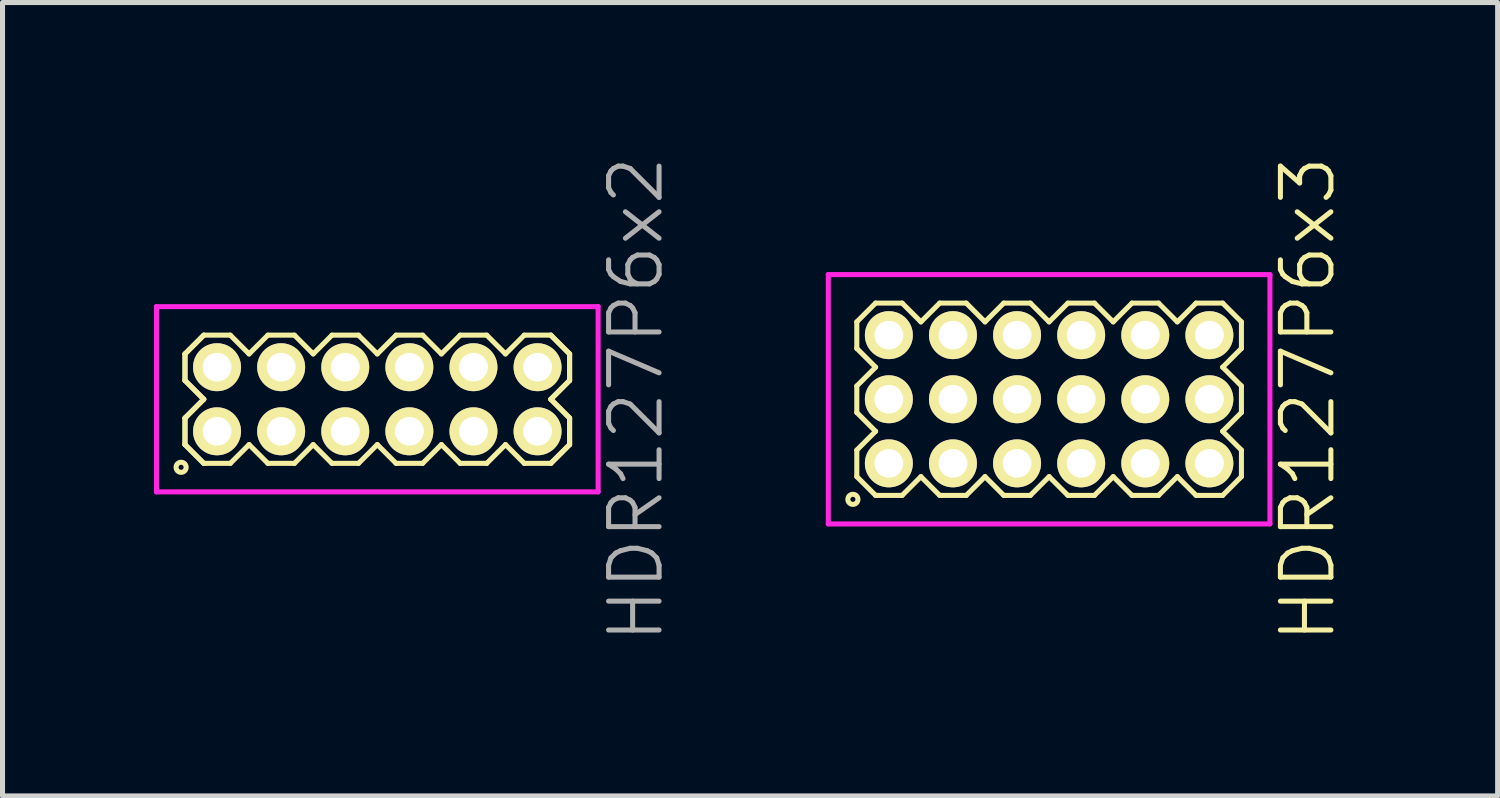
<source format=kicad_pcb>
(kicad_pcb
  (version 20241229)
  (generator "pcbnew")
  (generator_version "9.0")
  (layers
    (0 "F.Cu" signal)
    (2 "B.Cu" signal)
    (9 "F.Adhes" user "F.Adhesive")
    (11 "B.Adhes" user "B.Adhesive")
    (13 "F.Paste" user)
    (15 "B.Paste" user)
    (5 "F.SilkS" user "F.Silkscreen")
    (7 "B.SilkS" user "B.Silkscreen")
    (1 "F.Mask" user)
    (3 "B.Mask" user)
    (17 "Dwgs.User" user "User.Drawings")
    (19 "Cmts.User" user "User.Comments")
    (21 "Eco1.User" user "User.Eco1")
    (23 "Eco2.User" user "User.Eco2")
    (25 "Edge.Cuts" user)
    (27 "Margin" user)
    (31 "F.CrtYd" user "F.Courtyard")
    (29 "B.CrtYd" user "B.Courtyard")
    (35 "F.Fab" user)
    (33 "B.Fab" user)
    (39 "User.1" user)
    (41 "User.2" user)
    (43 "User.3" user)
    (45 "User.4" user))
  (footprint "HDR127P6x3"
    (layer "F.Cu")
    (at 17.735 4.86)
    (property "Reference" "HDR127P6x3" (at 5.125 0 90) (layer "F.SilkS") (effects (font (size 1 1) (thickness 0.1))))
    (attr through_hole)
    (fp_line (start -3.81 -1.533) (end -3.438 -1.905) (stroke (width 0.1) (type solid)) (layer "F.SilkS"))
    (fp_line (start -3.81 -1.007) (end -3.81 -1.533) (stroke (width 0.1) (type solid)) (layer "F.SilkS"))
    (fp_line (start -3.81 -0.263) (end -3.438 -0.635) (stroke (width 0.1) (type solid)) (layer "F.SilkS"))
    (fp_line (start -3.81 0.263) (end -3.81 -0.263) (stroke (width 0.1) (type solid)) (layer "F.SilkS"))
    (fp_line (start -3.81 1.007) (end -3.438 0.635) (stroke (width 0.1) (type solid)) (layer "F.SilkS"))
    (fp_line (start -3.81 1.533) (end -3.81 1.007) (stroke (width 0.1) (type solid)) (layer "F.SilkS"))
    (fp_line (start -3.438 -1.905) (end -2.912 -1.905) (stroke (width 0.1) (type solid)) (layer "F.SilkS"))
    (fp_line (start -3.438 -0.635) (end -3.81 -1.007) (stroke (width 0.1) (type solid)) (layer "F.SilkS"))
    (fp_line (start -3.438 0.635) (end -3.81 0.263) (stroke (width 0.1) (type solid)) (layer "F.SilkS"))
    (fp_line (start -3.438 1.905) (end -3.81 1.533) (stroke (width 0.1) (type solid)) (layer "F.SilkS"))
    (fp_line (start -2.912 -1.905) (end -2.54 -1.533) (stroke (width 0.1) (type solid)) (layer "F.SilkS"))
    (fp_line (start -2.912 1.905) (end -3.438 1.905) (stroke (width 0.1) (type solid)) (layer "F.SilkS"))
    (fp_line (start -2.54 -1.533) (end -2.168 -1.905) (stroke (width 0.1) (type solid)) (layer "F.SilkS"))
    (fp_line (start -2.54 1.533) (end -2.912 1.905) (stroke (width 0.1) (type solid)) (layer "F.SilkS"))
    (fp_line (start -2.168 -1.905) (end -1.642 -1.905) (stroke (width 0.1) (type solid)) (layer "F.SilkS"))
    (fp_line (start -2.168 1.905) (end -2.54 1.533) (stroke (width 0.1) (type solid)) (layer "F.SilkS"))
    (fp_line (start -1.642 -1.905) (end -1.27 -1.533) (stroke (width 0.1) (type solid)) (layer "F.SilkS"))
    (fp_line (start -1.642 1.905) (end -2.168 1.905) (stroke (width 0.1) (type solid)) (layer "F.SilkS"))
    (fp_line (start -1.27 -1.533) (end -0.898 -1.905) (stroke (width 0.1) (type solid)) (layer "F.SilkS"))
    (fp_line (start -1.27 1.533) (end -1.642 1.905) (stroke (width 0.1) (type solid)) (layer "F.SilkS"))
    (fp_line (start -0.898 -1.905) (end -0.372 -1.905) (stroke (width 0.1) (type solid)) (layer "F.SilkS"))
    (fp_line (start -0.898 1.905) (end -1.27 1.533) (stroke (width 0.1) (type solid)) (layer "F.SilkS"))
    (fp_line (start -0.372 -1.905) (end 0 -1.533) (stroke (width 0.1) (type solid)) (layer "F.SilkS"))
    (fp_line (start -0.372 1.905) (end -0.898 1.905) (stroke (width 0.1) (type solid)) (layer "F.SilkS"))
    (fp_line (start 0 -1.533) (end 0.372 -1.905) (stroke (width 0.1) (type solid)) (layer "F.SilkS"))
    (fp_line (start 0 1.533) (end -0.372 1.905) (stroke (width 0.1) (type solid)) (layer "F.SilkS"))
    (fp_line (start 0.372 -1.905) (end 0.898 -1.905) (stroke (width 0.1) (type solid)) (layer "F.SilkS"))
    (fp_line (start 0.372 1.905) (end 0 1.533) (stroke (width 0.1) (type solid)) (layer "F.SilkS"))
    (fp_line (start 0.898 -1.905) (end 1.27 -1.533) (stroke (width 0.1) (type solid)) (layer "F.SilkS"))
    (fp_line (start 0.898 1.905) (end 0.372 1.905) (stroke (width 0.1) (type solid)) (layer "F.SilkS"))
    (fp_line (start 1.27 -1.533) (end 1.642 -1.905) (stroke (width 0.1) (type solid)) (layer "F.SilkS"))
    (fp_line (start 1.27 1.533) (end 0.898 1.905) (stroke (width 0.1) (type solid)) (layer "F.SilkS"))
    (fp_line (start 1.642 -1.905) (end 2.168 -1.905) (stroke (width 0.1) (type solid)) (layer "F.SilkS"))
    (fp_line (start 1.642 1.905) (end 1.27 1.533) (stroke (width 0.1) (type solid)) (layer "F.SilkS"))
    (fp_line (start 2.168 -1.905) (end 2.54 -1.533) (stroke (width 0.1) (type solid)) (layer "F.SilkS"))
    (fp_line (start 2.168 1.905) (end 1.642 1.905) (stroke (width 0.1) (type solid)) (layer "F.SilkS"))
    (fp_line (start 2.54 -1.533) (end 2.912 -1.905) (stroke (width 0.1) (type solid)) (layer "F.SilkS"))
    (fp_line (start 2.54 1.533) (end 2.168 1.905) (stroke (width 0.1) (type solid)) (layer "F.SilkS"))
    (fp_line (start 2.912 -1.905) (end 3.438 -1.905) (stroke (width 0.1) (type solid)) (layer "F.SilkS"))
    (fp_line (start 2.912 1.905) (end 2.54 1.533) (stroke (width 0.1) (type solid)) (layer "F.SilkS"))
    (fp_line (start 3.438 -1.905) (end 3.81 -1.533) (stroke (width 0.1) (type solid)) (layer "F.SilkS"))
    (fp_line (start 3.438 -0.635) (end 3.81 -0.263) (stroke (width 0.1) (type solid)) (layer "F.SilkS"))
    (fp_line (start 3.438 0.635) (end 3.81 1.007) (stroke (width 0.1) (type solid)) (layer "F.SilkS"))
    (fp_line (start 3.438 1.905) (end 2.912 1.905) (stroke (width 0.1) (type solid)) (layer "F.SilkS"))
    (fp_line (start 3.81 -1.533) (end 3.81 -1.007) (stroke (width 0.1) (type solid)) (layer "F.SilkS"))
    (fp_line (start 3.81 -1.007) (end 3.438 -0.635) (stroke (width 0.1) (type solid)) (layer "F.SilkS"))
    (fp_line (start 3.81 -0.263) (end 3.81 0.263) (stroke (width 0.1) (type solid)) (layer "F.SilkS"))
    (fp_line (start 3.81 0.263) (end 3.438 0.635) (stroke (width 0.1) (type solid)) (layer "F.SilkS"))
    (fp_line (start 3.81 1.007) (end 3.81 1.533) (stroke (width 0.1) (type solid)) (layer "F.SilkS"))
    (fp_line (start 3.81 1.533) (end 3.438 1.905) (stroke (width 0.1) (type solid)) (layer "F.SilkS"))
    (fp_circle (center -3.887 1.983) (end -3.787 1.983) (stroke (width 0.1) (type solid)) (fill no) (layer "F.SilkS"))
    (fp_line (start -4.375 -2.47) (end -4.375 2.47) (stroke (width 0.1) (type solid)) (layer "F.CrtYd"))
    (fp_line (start -4.375 2.47) (end 4.375 2.47) (stroke (width 0.1) (type solid)) (layer "F.CrtYd"))
    (fp_line (start 4.375 -2.47) (end -4.375 -2.47) (stroke (width 0.1) (type solid)) (layer "F.CrtYd"))
    (fp_line (start 4.375 2.47) (end 4.375 -2.47) (stroke (width 0.1) (type solid)) (layer "F.CrtYd"))
    (pad "1" thru_hole oval (at -3.175 1.27) (size 0.95 0.95) (drill 0.57) (layers "*.Cu" "*.Mask" "F.SilkS"))
    (pad "2" thru_hole oval (at -3.175 0) (size 0.95 0.95) (drill 0.57) (layers "*.Cu" "*.Mask" "F.SilkS"))
    (pad "3" thru_hole oval (at -3.175 -1.27) (size 0.95 0.95) (drill 0.57) (layers "*.Cu" "*.Mask" "F.SilkS"))
    (pad "4" thru_hole oval (at -1.905 1.27) (size 0.95 0.95) (drill 0.57) (layers "*.Cu" "*.Mask" "F.SilkS"))
    (pad "5" thru_hole oval (at -1.905 0) (size 0.95 0.95) (drill 0.57) (layers "*.Cu" "*.Mask" "F.SilkS"))
    (pad "6" thru_hole oval (at -1.905 -1.27) (size 0.95 0.95) (drill 0.57) (layers "*.Cu" "*.Mask" "F.SilkS"))
    (pad "7" thru_hole oval (at -0.635 1.27) (size 0.95 0.95) (drill 0.57) (layers "*.Cu" "*.Mask" "F.SilkS"))
    (pad "8" thru_hole oval (at -0.635 0) (size 0.95 0.95) (drill 0.57) (layers "*.Cu" "*.Mask" "F.SilkS"))
    (pad "9" thru_hole oval (at -0.635 -1.27) (size 0.95 0.95) (drill 0.57) (layers "*.Cu" "*.Mask" "F.SilkS"))
    (pad "10" thru_hole oval (at 0.635 1.27) (size 0.95 0.95) (drill 0.57) (layers "*.Cu" "*.Mask" "F.SilkS"))
    (pad "11" thru_hole oval (at 0.635 0) (size 0.95 0.95) (drill 0.57) (layers "*.Cu" "*.Mask" "F.SilkS"))
    (pad "12" thru_hole oval (at 0.635 -1.27) (size 0.95 0.95) (drill 0.57) (layers "*.Cu" "*.Mask" "F.SilkS"))
    (pad "13" thru_hole oval (at 1.905 1.27) (size 0.95 0.95) (drill 0.57) (layers "*.Cu" "*.Mask" "F.SilkS"))
    (pad "14" thru_hole oval (at 1.905 0) (size 0.95 0.95) (drill 0.57) (layers "*.Cu" "*.Mask" "F.SilkS"))
    (pad "15" thru_hole oval (at 1.905 -1.27) (size 0.95 0.95) (drill 0.57) (layers "*.Cu" "*.Mask" "F.SilkS"))
    (pad "16" thru_hole oval (at 3.175 1.27) (size 0.95 0.95) (drill 0.57) (layers "*.Cu" "*.Mask" "F.SilkS"))
    (pad "17" thru_hole oval (at 3.175 0) (size 0.95 0.95) (drill 0.57) (layers "*.Cu" "*.Mask" "F.SilkS"))
    (pad "18" thru_hole oval (at 3.175 -1.27) (size 0.95 0.95) (drill 0.57) (layers "*.Cu" "*.Mask" "F.SilkS")))
  (footprint "HDR127P6x2"
    (layer "F.Cu")
    (at 4.425 4.86)
    (property "Reference" "HDR127P6x2" (at 5.125 0 90) (layer "F.Fab") (effects (font (size 1 1) (thickness 0.1))))
    (attr through_hole)
    (fp_line (start -3.81 -0.898) (end -3.438 -1.27) (stroke (width 0.1) (type solid)) (layer "F.SilkS"))
    (fp_line (start -3.81 -0.898) (end -3.438 -1.27) (stroke (width 0.1) (type solid)) (layer "F.SilkS"))
    (fp_line (start -3.81 -0.372) (end -3.81 -0.898) (stroke (width 0.1) (type solid)) (layer "F.SilkS"))
    (fp_line (start -3.81 -0.372) (end -3.81 -0.898) (stroke (width 0.1) (type solid)) (layer "F.SilkS"))
    (fp_line (start -3.81 0.372) (end -3.438 0) (stroke (width 0.1) (type solid)) (layer "F.SilkS"))
    (fp_line (start -3.81 0.372) (end -3.438 0) (stroke (width 0.1) (type solid)) (layer "F.SilkS"))
    (fp_line (start -3.81 0.898) (end -3.81 0.372) (stroke (width 0.1) (type solid)) (layer "F.SilkS"))
    (fp_line (start -3.81 0.898) (end -3.81 0.372) (stroke (width 0.1) (type solid)) (layer "F.SilkS"))
    (fp_line (start -3.438 -1.27) (end -2.912 -1.27) (stroke (width 0.1) (type solid)) (layer "F.SilkS"))
    (fp_line (start -3.438 0) (end -3.81 -0.372) (stroke (width 0.1) (type solid)) (layer "F.SilkS"))
    (fp_line (start -3.438 0) (end -3.81 -0.372) (stroke (width 0.1) (type solid)) (layer "F.SilkS"))
    (fp_line (start -3.438 1.27) (end -3.81 0.898) (stroke (width 0.1) (type solid)) (layer "F.SilkS"))
    (fp_line (start -3.438 1.27) (end -3.81 0.898) (stroke (width 0.1) (type solid)) (layer "F.SilkS"))
    (fp_line (start -2.912 -1.27) (end -2.54 -0.898) (stroke (width 0.1) (type solid)) (layer "F.SilkS"))
    (fp_line (start -2.912 1.27) (end -3.438 1.27) (stroke (width 0.1) (type solid)) (layer "F.SilkS"))
    (fp_line (start -2.54 -0.898) (end -2.168 -1.27) (stroke (width 0.1) (type solid)) (layer "F.SilkS"))
    (fp_line (start -2.54 0.898) (end -2.912 1.27) (stroke (width 0.1) (type solid)) (layer "F.SilkS"))
    (fp_line (start -2.168 -1.27) (end -1.642 -1.27) (stroke (width 0.1) (type solid)) (layer "F.SilkS"))
    (fp_line (start -2.168 1.27) (end -2.54 0.898) (stroke (width 0.1) (type solid)) (layer "F.SilkS"))
    (fp_line (start -1.642 -1.27) (end -1.27 -0.898) (stroke (width 0.1) (type solid)) (layer "F.SilkS"))
    (fp_line (start -1.642 1.27) (end -2.168 1.27) (stroke (width 0.1) (type solid)) (layer "F.SilkS"))
    (fp_line (start -1.27 -0.898) (end -0.898 -1.27) (stroke (width 0.1) (type solid)) (layer "F.SilkS"))
    (fp_line (start -1.27 0.898) (end -1.642 1.27) (stroke (width 0.1) (type solid)) (layer "F.SilkS"))
    (fp_line (start -0.898 -1.27) (end -0.372 -1.27) (stroke (width 0.1) (type solid)) (layer "F.SilkS"))
    (fp_line (start -0.898 1.27) (end -1.27 0.898) (stroke (width 0.1) (type solid)) (layer "F.SilkS"))
    (fp_line (start -0.372 -1.27) (end 0 -0.898) (stroke (width 0.1) (type solid)) (layer "F.SilkS"))
    (fp_line (start -0.372 1.27) (end -0.898 1.27) (stroke (width 0.1) (type solid)) (layer "F.SilkS"))
    (fp_line (start 0 -0.898) (end 0.372 -1.27) (stroke (width 0.1) (type solid)) (layer "F.SilkS"))
    (fp_line (start 0 0.898) (end -0.372 1.27) (stroke (width 0.1) (type solid)) (layer "F.SilkS"))
    (fp_line (start 0.372 -1.27) (end 0.898 -1.27) (stroke (width 0.1) (type solid)) (layer "F.SilkS"))
    (fp_line (start 0.372 1.27) (end 0 0.898) (stroke (width 0.1) (type solid)) (layer "F.SilkS"))
    (fp_line (start 0.898 -1.27) (end 1.27 -0.898) (stroke (width 0.1) (type solid)) (layer "F.SilkS"))
    (fp_line (start 0.898 1.27) (end 0.372 1.27) (stroke (width 0.1) (type solid)) (layer "F.SilkS"))
    (fp_line (start 1.27 -0.898) (end 1.642 -1.27) (stroke (width 0.1) (type solid)) (layer "F.SilkS"))
    (fp_line (start 1.27 0.898) (end 0.898 1.27) (stroke (width 0.1) (type solid)) (layer "F.SilkS"))
    (fp_line (start 1.642 -1.27) (end 2.168 -1.27) (stroke (width 0.1) (type solid)) (layer "F.SilkS"))
    (fp_line (start 1.642 1.27) (end 1.27 0.898) (stroke (width 0.1) (type solid)) (layer "F.SilkS"))
    (fp_line (start 2.168 -1.27) (end 2.54 -0.898) (stroke (width 0.1) (type solid)) (layer "F.SilkS"))
    (fp_line (start 2.168 1.27) (end 1.642 1.27) (stroke (width 0.1) (type solid)) (layer "F.SilkS"))
    (fp_line (start 2.54 -0.898) (end 2.912 -1.27) (stroke (width 0.1) (type solid)) (layer "F.SilkS"))
    (fp_line (start 2.54 0.898) (end 2.168 1.27) (stroke (width 0.1) (type solid)) (layer "F.SilkS"))
    (fp_line (start 2.912 -1.27) (end 3.438 -1.27) (stroke (width 0.1) (type solid)) (layer "F.SilkS"))
    (fp_line (start 2.912 1.27) (end 2.54 0.898) (stroke (width 0.1) (type solid)) (layer "F.SilkS"))
    (fp_line (start 3.438 -1.27) (end 3.81 -0.898) (stroke (width 0.1) (type solid)) (layer "F.SilkS"))
    (fp_line (start 3.438 -1.27) (end 3.81 -0.898) (stroke (width 0.1) (type solid)) (layer "F.SilkS"))
    (fp_line (start 3.438 0) (end 3.81 0.372) (stroke (width 0.1) (type solid)) (layer "F.SilkS"))
    (fp_line (start 3.438 0) (end 3.81 0.372) (stroke (width 0.1) (type solid)) (layer "F.SilkS"))
    (fp_line (start 3.438 1.27) (end 2.912 1.27) (stroke (width 0.1) (type solid)) (layer "F.SilkS"))
    (fp_line (start 3.81 -0.898) (end 3.81 -0.372) (stroke (width 0.1) (type solid)) (layer "F.SilkS"))
    (fp_line (start 3.81 -0.898) (end 3.81 -0.372) (stroke (width 0.1) (type solid)) (layer "F.SilkS"))
    (fp_line (start 3.81 -0.372) (end 3.438 0) (stroke (width 0.1) (type solid)) (layer "F.SilkS"))
    (fp_line (start 3.81 -0.372) (end 3.438 0) (stroke (width 0.1) (type solid)) (layer "F.SilkS"))
    (fp_line (start 3.81 0.372) (end 3.81 0.898) (stroke (width 0.1) (type solid)) (layer "F.SilkS"))
    (fp_line (start 3.81 0.372) (end 3.81 0.898) (stroke (width 0.1) (type solid)) (layer "F.SilkS"))
    (fp_line (start 3.81 0.898) (end 3.438 1.27) (stroke (width 0.1) (type solid)) (layer "F.SilkS"))
    (fp_line (start 3.81 0.898) (end 3.438 1.27) (stroke (width 0.1) (type solid)) (layer "F.SilkS"))
    (fp_circle (center -3.887 1.348) (end -3.787 1.348) (stroke (width 0.1) (type solid)) (fill no) (layer "F.SilkS"))
    (fp_line (start -4.375 -1.835) (end -4.375 1.835) (stroke (width 0.1) (type solid)) (layer "F.CrtYd"))
    (fp_line (start -4.375 1.835) (end 4.375 1.835) (stroke (width 0.1) (type solid)) (layer "F.CrtYd"))
    (fp_line (start 4.375 -1.835) (end -4.375 -1.835) (stroke (width 0.1) (type solid)) (layer "F.CrtYd"))
    (fp_line (start 4.375 1.835) (end 4.375 -1.835) (stroke (width 0.1) (type solid)) (layer "F.CrtYd"))
    (pad "1" thru_hole oval (at -3.175 0.635) (size 0.95 0.95) (drill 0.57) (layers "*.Cu" "*.Mask" "F.SilkS"))
    (pad "2" thru_hole oval (at -3.175 -0.635) (size 0.95 0.95) (drill 0.57) (layers "*.Cu" "*.Mask" "F.SilkS"))
    (pad "3" thru_hole oval (at -1.905 0.635) (size 0.95 0.95) (drill 0.57) (layers "*.Cu" "*.Mask" "F.SilkS"))
    (pad "4" thru_hole oval (at -1.905 -0.635) (size 0.95 0.95) (drill 0.57) (layers "*.Cu" "*.Mask" "F.SilkS"))
    (pad "5" thru_hole oval (at -0.635 0.635) (size 0.95 0.95) (drill 0.57) (layers "*.Cu" "*.Mask" "F.SilkS"))
    (pad "6" thru_hole oval (at -0.635 -0.635) (size 0.95 0.95) (drill 0.57) (layers "*.Cu" "*.Mask" "F.SilkS"))
    (pad "7" thru_hole oval (at 0.635 0.635) (size 0.95 0.95) (drill 0.57) (layers "*.Cu" "*.Mask" "F.SilkS"))
    (pad "8" thru_hole oval (at 0.635 -0.635) (size 0.95 0.95) (drill 0.57) (layers "*.Cu" "*.Mask" "F.SilkS"))
    (pad "9" thru_hole oval (at 1.905 0.635) (size 0.95 0.95) (drill 0.57) (layers "*.Cu" "*.Mask" "F.SilkS"))
    (pad "10" thru_hole oval (at 1.905 -0.635) (size 0.95 0.95) (drill 0.57) (layers "*.Cu" "*.Mask" "F.SilkS"))
    (pad "11" thru_hole oval (at 3.175 0.635) (size 0.95 0.95) (drill 0.57) (layers "*.Cu" "*.Mask" "F.SilkS"))
    (pad "12" thru_hole oval (at 3.175 -0.635) (size 0.95 0.95) (drill 0.57) (layers "*.Cu" "*.Mask" "F.SilkS")))
  (gr_rect
    (start -3 -3)
    (end 26.621 12.719)
    (stroke (width 0.1) (type default))
    (fill no)
    (layer "Edge.Cuts")))
</source>
